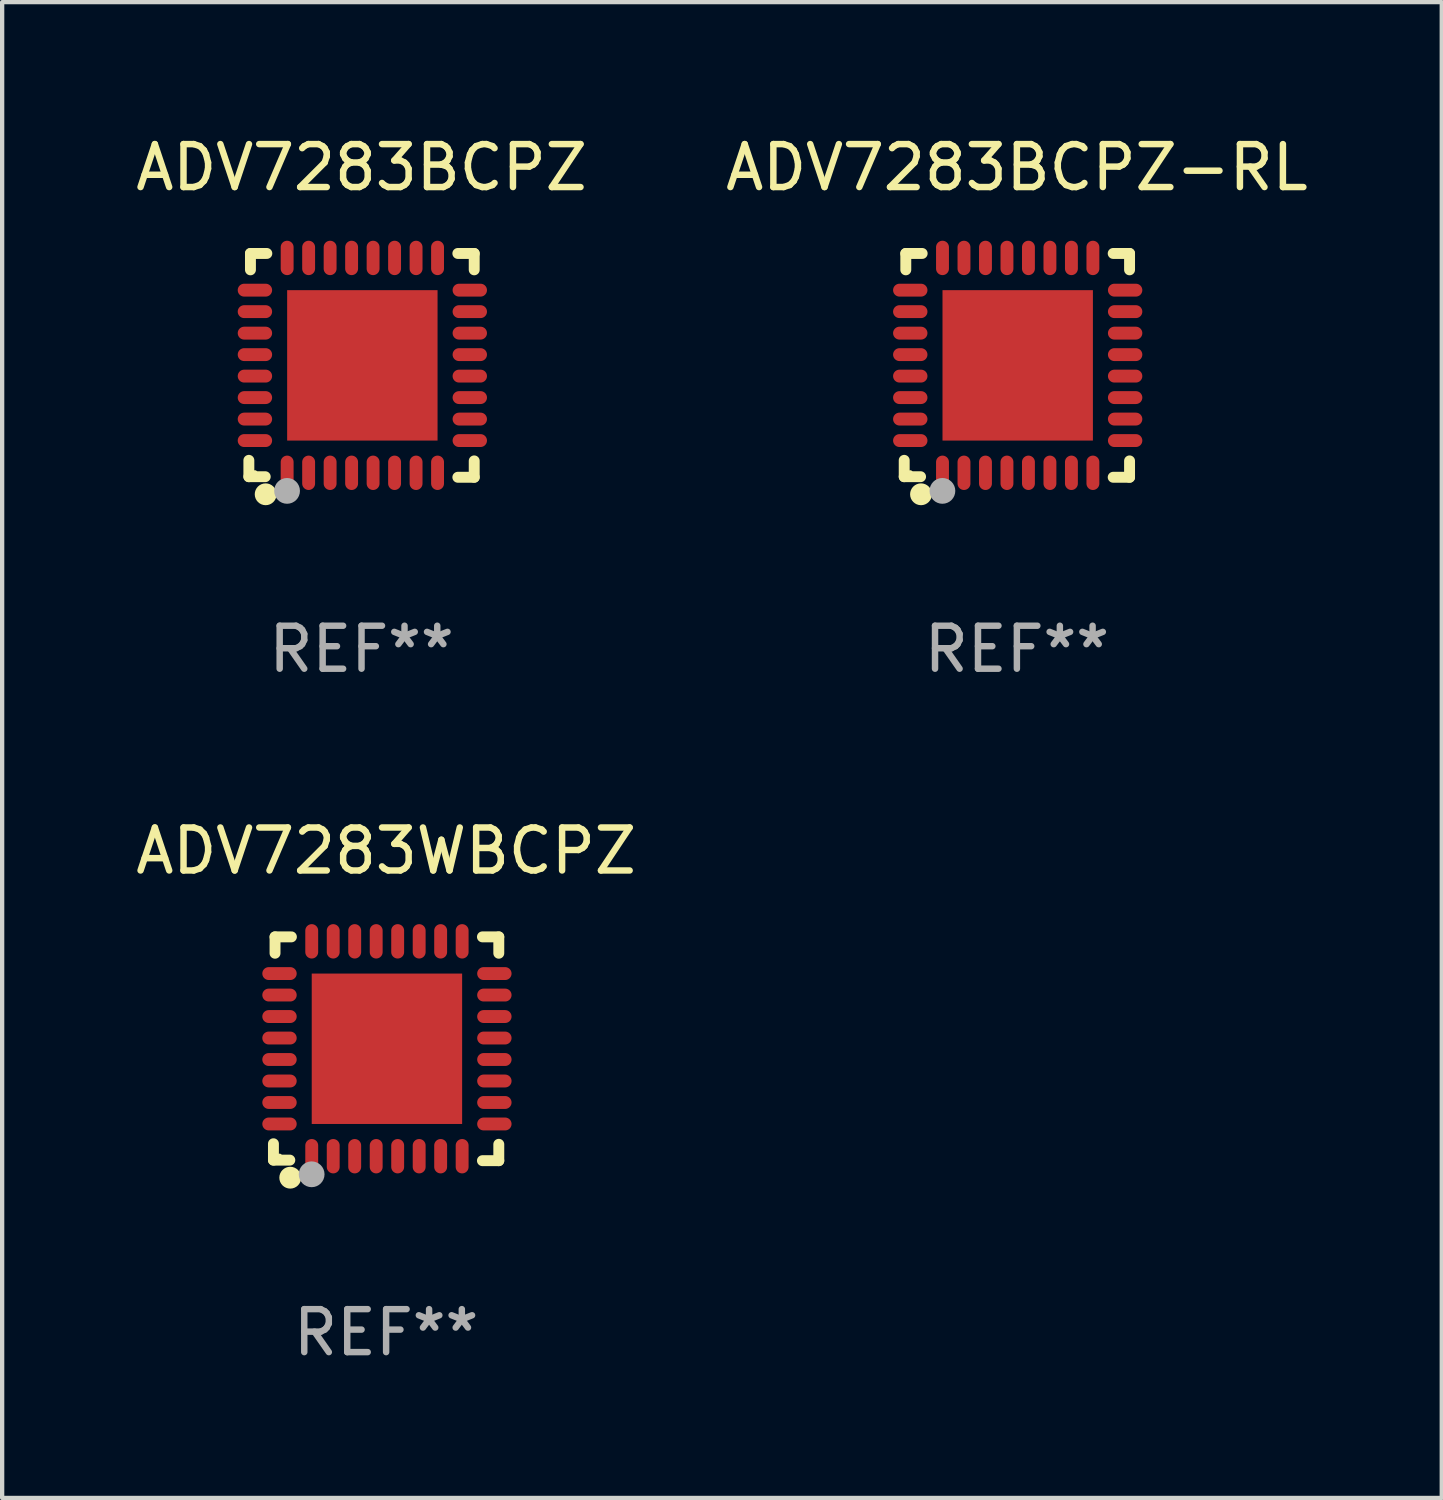
<source format=kicad_pcb>
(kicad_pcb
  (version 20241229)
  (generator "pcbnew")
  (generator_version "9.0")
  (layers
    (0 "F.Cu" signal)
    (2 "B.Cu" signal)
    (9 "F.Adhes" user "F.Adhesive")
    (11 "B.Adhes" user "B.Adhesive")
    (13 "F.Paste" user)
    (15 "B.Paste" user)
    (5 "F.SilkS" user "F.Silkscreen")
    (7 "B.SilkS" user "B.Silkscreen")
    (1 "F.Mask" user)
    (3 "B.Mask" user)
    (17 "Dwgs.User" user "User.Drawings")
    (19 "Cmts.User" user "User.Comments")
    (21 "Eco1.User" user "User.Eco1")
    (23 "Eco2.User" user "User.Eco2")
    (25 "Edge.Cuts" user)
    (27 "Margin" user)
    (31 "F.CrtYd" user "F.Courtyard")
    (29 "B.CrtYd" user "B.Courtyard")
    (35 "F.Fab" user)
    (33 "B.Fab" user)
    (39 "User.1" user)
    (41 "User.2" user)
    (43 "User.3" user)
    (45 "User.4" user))
  (footprint "ADV7283BCPZ-RL"
    (layer "F.Cu")
    (at 20.613 5.452)
    (property "Reference" "ADV7283BCPZ-RL" (at 0 -4.604 0) (layer "F.SilkS") (effects (font (size 1 1) (thickness 0.15))))
    (attr through_hole)
    (fp_line (start -2.622 2.21) (end -2.622 2.591) (stroke (width 0.254) (type solid)) (layer "F.SilkS"))
    (fp_line (start -2.622 2.591) (end -2.241 2.591) (stroke (width 0.254) (type solid)) (layer "F.SilkS"))
    (fp_line (start -2.585 -2.604) (end -2.585 -2.223) (stroke (width 0.254) (type solid)) (layer "F.SilkS"))
    (fp_line (start -2.204 -2.604) (end -2.585 -2.604) (stroke (width 0.254) (type solid)) (layer "F.SilkS"))
    (fp_line (start 2.241 2.604) (end 2.622 2.604) (stroke (width 0.254) (type solid)) (layer "F.SilkS"))
    (fp_line (start 2.622 -2.604) (end 2.241 -2.604) (stroke (width 0.254) (type solid)) (layer "F.SilkS"))
    (fp_line (start 2.622 -2.223) (end 2.622 -2.604) (stroke (width 0.254) (type solid)) (layer "F.SilkS"))
    (fp_line (start 2.622 2.604) (end 2.622 2.223) (stroke (width 0.254) (type solid)) (layer "F.SilkS"))
    (fp_circle (center -2.481 2.5) (end -2.451 2.5) (stroke (width 0.06) (type solid)) (fill no) (layer "F.SilkS"))
    (fp_circle (center -2.231 3) (end -2.104 3) (stroke (width 0.254) (type solid)) (fill no) (layer "F.SilkS"))
    (fp_circle (center -1.733 2.921) (end -1.583 2.921) (stroke (width 0.3) (type solid)) (fill no) (layer "F.Fab"))
    (fp_text user "REF**" (at 0 6.604 0) (layer "F.Fab") (effects (font (size 1 1) (thickness 0.15))))
    (pad "1" smd oval (at -1.731 2.5 90) (size 0.8 0.3) (layers "F.Cu" "F.Mask" "F.Paste"))
    (pad "2" smd oval (at -1.231 2.5 90) (size 0.8 0.3) (layers "F.Cu" "F.Mask" "F.Paste"))
    (pad "3" smd oval (at -0.731 2.5 90) (size 0.8 0.3) (layers "F.Cu" "F.Mask" "F.Paste"))
    (pad "4" smd oval (at -0.231 2.5 90) (size 0.8 0.3) (layers "F.Cu" "F.Mask" "F.Paste"))
    (pad "5" smd oval (at 0.269 2.5 90) (size 0.8 0.3) (layers "F.Cu" "F.Mask" "F.Paste"))
    (pad "6" smd oval (at 0.769 2.5 90) (size 0.8 0.3) (layers "F.Cu" "F.Mask" "F.Paste"))
    (pad "7" smd oval (at 1.269 2.5 90) (size 0.8 0.3) (layers "F.Cu" "F.Mask" "F.Paste"))
    (pad "8" smd oval (at 1.769 2.5 90) (size 0.8 0.3) (layers "F.Cu" "F.Mask" "F.Paste"))
    (pad "9" smd oval (at 2.519 1.75 180) (size 0.8 0.3) (layers "F.Cu" "F.Mask" "F.Paste"))
    (pad "10" smd oval (at 2.519 1.25 180) (size 0.8 0.3) (layers "F.Cu" "F.Mask" "F.Paste"))
    (pad "11" smd oval (at 2.519 0.75 180) (size 0.8 0.3) (layers "F.Cu" "F.Mask" "F.Paste"))
    (pad "12" smd oval (at 2.519 0.25 180) (size 0.8 0.3) (layers "F.Cu" "F.Mask" "F.Paste"))
    (pad "13" smd oval (at 2.519 -0.25 180) (size 0.8 0.3) (layers "F.Cu" "F.Mask" "F.Paste"))
    (pad "14" smd oval (at 2.519 -0.75 180) (size 0.8 0.3) (layers "F.Cu" "F.Mask" "F.Paste"))
    (pad "15" smd oval (at 2.519 -1.25 180) (size 0.8 0.3) (layers "F.Cu" "F.Mask" "F.Paste"))
    (pad "16" smd oval (at 2.519 -1.75 180) (size 0.8 0.3) (layers "F.Cu" "F.Mask" "F.Paste"))
    (pad "17" smd oval (at 1.769 -2.5 270) (size 0.8 0.3) (layers "F.Cu" "F.Mask" "F.Paste"))
    (pad "18" smd oval (at 1.269 -2.5 270) (size 0.8 0.3) (layers "F.Cu" "F.Mask" "F.Paste"))
    (pad "19" smd oval (at 0.769 -2.5 270) (size 0.8 0.3) (layers "F.Cu" "F.Mask" "F.Paste"))
    (pad "20" smd oval (at 0.269 -2.5 270) (size 0.8 0.3) (layers "F.Cu" "F.Mask" "F.Paste"))
    (pad "21" smd oval (at -0.231 -2.5 270) (size 0.8 0.3) (layers "F.Cu" "F.Mask" "F.Paste"))
    (pad "22" smd oval (at -0.731 -2.5 270) (size 0.8 0.3) (layers "F.Cu" "F.Mask" "F.Paste"))
    (pad "23" smd oval (at -1.231 -2.5 270) (size 0.8 0.3) (layers "F.Cu" "F.Mask" "F.Paste"))
    (pad "24" smd oval (at -1.731 -2.5 270) (size 0.8 0.3) (layers "F.Cu" "F.Mask" "F.Paste"))
    (pad "25" smd oval (at -2.481 -1.75) (size 0.8 0.3) (layers "F.Cu" "F.Mask" "F.Paste"))
    (pad "26" smd oval (at -2.481 -1.25) (size 0.8 0.3) (layers "F.Cu" "F.Mask" "F.Paste"))
    (pad "27" smd oval (at -2.481 -0.75) (size 0.8 0.3) (layers "F.Cu" "F.Mask" "F.Paste"))
    (pad "28" smd oval (at -2.481 -0.25) (size 0.8 0.3) (layers "F.Cu" "F.Mask" "F.Paste"))
    (pad "29" smd oval (at -2.481 0.25) (size 0.8 0.3) (layers "F.Cu" "F.Mask" "F.Paste"))
    (pad "30" smd oval (at -2.481 0.75) (size 0.8 0.3) (layers "F.Cu" "F.Mask" "F.Paste"))
    (pad "31" smd oval (at -2.481 1.25) (size 0.8 0.3) (layers "F.Cu" "F.Mask" "F.Paste"))
    (pad "32" smd oval (at -2.481 1.75) (size 0.8 0.3) (layers "F.Cu" "F.Mask" "F.Paste"))
    (pad "33" smd rect (at 0.019 -0.000025 90) (size 3.5 3.5) (layers "F.Cu" "F.Mask" "F.Paste")))
  (footprint "ADV7283WBCPZ"
    (layer "F.Cu")
    (at 5.935 21.355)
    (property "Reference" "ADV7283WBCPZ" (at 0 -4.604 0) (layer "F.SilkS") (effects (font (size 1 1) (thickness 0.15))))
    (attr through_hole)
    (fp_line (start -2.622 2.21) (end -2.622 2.591) (stroke (width 0.254) (type solid)) (layer "F.SilkS"))
    (fp_line (start -2.622 2.591) (end -2.241 2.591) (stroke (width 0.254) (type solid)) (layer "F.SilkS"))
    (fp_line (start -2.585 -2.604) (end -2.585 -2.223) (stroke (width 0.254) (type solid)) (layer "F.SilkS"))
    (fp_line (start -2.204 -2.604) (end -2.585 -2.604) (stroke (width 0.254) (type solid)) (layer "F.SilkS"))
    (fp_line (start 2.241 2.604) (end 2.622 2.604) (stroke (width 0.254) (type solid)) (layer "F.SilkS"))
    (fp_line (start 2.622 -2.604) (end 2.241 -2.604) (stroke (width 0.254) (type solid)) (layer "F.SilkS"))
    (fp_line (start 2.622 -2.223) (end 2.622 -2.604) (stroke (width 0.254) (type solid)) (layer "F.SilkS"))
    (fp_line (start 2.622 2.604) (end 2.622 2.223) (stroke (width 0.254) (type solid)) (layer "F.SilkS"))
    (fp_circle (center -2.481 2.5) (end -2.451 2.5) (stroke (width 0.06) (type solid)) (fill no) (layer "F.SilkS"))
    (fp_circle (center -2.231 3) (end -2.104 3) (stroke (width 0.254) (type solid)) (fill no) (layer "F.SilkS"))
    (fp_circle (center -1.733 2.921) (end -1.583 2.921) (stroke (width 0.3) (type solid)) (fill no) (layer "F.Fab"))
    (fp_text user "REF**" (at 0 6.604 0) (layer "F.Fab") (effects (font (size 1 1) (thickness 0.15))))
    (pad "1" smd oval (at -1.731 2.5 90) (size 0.8 0.3) (layers "F.Cu" "F.Mask" "F.Paste"))
    (pad "2" smd oval (at -1.231 2.5 90) (size 0.8 0.3) (layers "F.Cu" "F.Mask" "F.Paste"))
    (pad "3" smd oval (at -0.731 2.5 90) (size 0.8 0.3) (layers "F.Cu" "F.Mask" "F.Paste"))
    (pad "4" smd oval (at -0.231 2.5 90) (size 0.8 0.3) (layers "F.Cu" "F.Mask" "F.Paste"))
    (pad "5" smd oval (at 0.269 2.5 90) (size 0.8 0.3) (layers "F.Cu" "F.Mask" "F.Paste"))
    (pad "6" smd oval (at 0.769 2.5 90) (size 0.8 0.3) (layers "F.Cu" "F.Mask" "F.Paste"))
    (pad "7" smd oval (at 1.269 2.5 90) (size 0.8 0.3) (layers "F.Cu" "F.Mask" "F.Paste"))
    (pad "8" smd oval (at 1.769 2.5 90) (size 0.8 0.3) (layers "F.Cu" "F.Mask" "F.Paste"))
    (pad "9" smd oval (at 2.519 1.75 180) (size 0.8 0.3) (layers "F.Cu" "F.Mask" "F.Paste"))
    (pad "10" smd oval (at 2.519 1.25 180) (size 0.8 0.3) (layers "F.Cu" "F.Mask" "F.Paste"))
    (pad "11" smd oval (at 2.519 0.75 180) (size 0.8 0.3) (layers "F.Cu" "F.Mask" "F.Paste"))
    (pad "12" smd oval (at 2.519 0.25 180) (size 0.8 0.3) (layers "F.Cu" "F.Mask" "F.Paste"))
    (pad "13" smd oval (at 2.519 -0.25 180) (size 0.8 0.3) (layers "F.Cu" "F.Mask" "F.Paste"))
    (pad "14" smd oval (at 2.519 -0.75 180) (size 0.8 0.3) (layers "F.Cu" "F.Mask" "F.Paste"))
    (pad "15" smd oval (at 2.519 -1.25 180) (size 0.8 0.3) (layers "F.Cu" "F.Mask" "F.Paste"))
    (pad "16" smd oval (at 2.519 -1.75 180) (size 0.8 0.3) (layers "F.Cu" "F.Mask" "F.Paste"))
    (pad "17" smd oval (at 1.769 -2.5 270) (size 0.8 0.3) (layers "F.Cu" "F.Mask" "F.Paste"))
    (pad "18" smd oval (at 1.269 -2.5 270) (size 0.8 0.3) (layers "F.Cu" "F.Mask" "F.Paste"))
    (pad "19" smd oval (at 0.769 -2.5 270) (size 0.8 0.3) (layers "F.Cu" "F.Mask" "F.Paste"))
    (pad "20" smd oval (at 0.269 -2.5 270) (size 0.8 0.3) (layers "F.Cu" "F.Mask" "F.Paste"))
    (pad "21" smd oval (at -0.231 -2.5 270) (size 0.8 0.3) (layers "F.Cu" "F.Mask" "F.Paste"))
    (pad "22" smd oval (at -0.731 -2.5 270) (size 0.8 0.3) (layers "F.Cu" "F.Mask" "F.Paste"))
    (pad "23" smd oval (at -1.231 -2.5 270) (size 0.8 0.3) (layers "F.Cu" "F.Mask" "F.Paste"))
    (pad "24" smd oval (at -1.731 -2.5 270) (size 0.8 0.3) (layers "F.Cu" "F.Mask" "F.Paste"))
    (pad "25" smd oval (at -2.481 -1.75) (size 0.8 0.3) (layers "F.Cu" "F.Mask" "F.Paste"))
    (pad "26" smd oval (at -2.481 -1.25) (size 0.8 0.3) (layers "F.Cu" "F.Mask" "F.Paste"))
    (pad "27" smd oval (at -2.481 -0.75) (size 0.8 0.3) (layers "F.Cu" "F.Mask" "F.Paste"))
    (pad "28" smd oval (at -2.481 -0.25) (size 0.8 0.3) (layers "F.Cu" "F.Mask" "F.Paste"))
    (pad "29" smd oval (at -2.481 0.25) (size 0.8 0.3) (layers "F.Cu" "F.Mask" "F.Paste"))
    (pad "30" smd oval (at -2.481 0.75) (size 0.8 0.3) (layers "F.Cu" "F.Mask" "F.Paste"))
    (pad "31" smd oval (at -2.481 1.25) (size 0.8 0.3) (layers "F.Cu" "F.Mask" "F.Paste"))
    (pad "32" smd oval (at -2.481 1.75) (size 0.8 0.3) (layers "F.Cu" "F.Mask" "F.Paste"))
    (pad "33" smd rect (at 0.019 -0.000025 90) (size 3.5 3.5) (layers "F.Cu" "F.Mask" "F.Paste")))
  (footprint "ADV7283BCPZ"
    (layer "F.Cu")
    (at 5.363 5.452)
    (property "Reference" "ADV7283BCPZ" (at 0 -4.604 0) (layer "F.SilkS") (effects (font (size 1 1) (thickness 0.15))))
    (attr through_hole)
    (fp_line (start -2.622 2.21) (end -2.622 2.591) (stroke (width 0.254) (type solid)) (layer "F.SilkS"))
    (fp_line (start -2.622 2.591) (end -2.241 2.591) (stroke (width 0.254) (type solid)) (layer "F.SilkS"))
    (fp_line (start -2.585 -2.604) (end -2.585 -2.223) (stroke (width 0.254) (type solid)) (layer "F.SilkS"))
    (fp_line (start -2.204 -2.604) (end -2.585 -2.604) (stroke (width 0.254) (type solid)) (layer "F.SilkS"))
    (fp_line (start 2.241 2.604) (end 2.622 2.604) (stroke (width 0.254) (type solid)) (layer "F.SilkS"))
    (fp_line (start 2.622 -2.604) (end 2.241 -2.604) (stroke (width 0.254) (type solid)) (layer "F.SilkS"))
    (fp_line (start 2.622 -2.223) (end 2.622 -2.604) (stroke (width 0.254) (type solid)) (layer "F.SilkS"))
    (fp_line (start 2.622 2.604) (end 2.622 2.223) (stroke (width 0.254) (type solid)) (layer "F.SilkS"))
    (fp_circle (center -2.481 2.5) (end -2.451 2.5) (stroke (width 0.06) (type solid)) (fill no) (layer "F.SilkS"))
    (fp_circle (center -2.231 3) (end -2.104 3) (stroke (width 0.254) (type solid)) (fill no) (layer "F.SilkS"))
    (fp_circle (center -1.733 2.921) (end -1.583 2.921) (stroke (width 0.3) (type solid)) (fill no) (layer "F.Fab"))
    (fp_text user "REF**" (at 0 6.604 0) (layer "F.Fab") (effects (font (size 1 1) (thickness 0.15))))
    (pad "1" smd oval (at -1.731 2.5 90) (size 0.8 0.3) (layers "F.Cu" "F.Mask" "F.Paste"))
    (pad "2" smd oval (at -1.231 2.5 90) (size 0.8 0.3) (layers "F.Cu" "F.Mask" "F.Paste"))
    (pad "3" smd oval (at -0.731 2.5 90) (size 0.8 0.3) (layers "F.Cu" "F.Mask" "F.Paste"))
    (pad "4" smd oval (at -0.231 2.5 90) (size 0.8 0.3) (layers "F.Cu" "F.Mask" "F.Paste"))
    (pad "5" smd oval (at 0.269 2.5 90) (size 0.8 0.3) (layers "F.Cu" "F.Mask" "F.Paste"))
    (pad "6" smd oval (at 0.769 2.5 90) (size 0.8 0.3) (layers "F.Cu" "F.Mask" "F.Paste"))
    (pad "7" smd oval (at 1.269 2.5 90) (size 0.8 0.3) (layers "F.Cu" "F.Mask" "F.Paste"))
    (pad "8" smd oval (at 1.769 2.5 90) (size 0.8 0.3) (layers "F.Cu" "F.Mask" "F.Paste"))
    (pad "9" smd oval (at 2.519 1.75 180) (size 0.8 0.3) (layers "F.Cu" "F.Mask" "F.Paste"))
    (pad "10" smd oval (at 2.519 1.25 180) (size 0.8 0.3) (layers "F.Cu" "F.Mask" "F.Paste"))
    (pad "11" smd oval (at 2.519 0.75 180) (size 0.8 0.3) (layers "F.Cu" "F.Mask" "F.Paste"))
    (pad "12" smd oval (at 2.519 0.25 180) (size 0.8 0.3) (layers "F.Cu" "F.Mask" "F.Paste"))
    (pad "13" smd oval (at 2.519 -0.25 180) (size 0.8 0.3) (layers "F.Cu" "F.Mask" "F.Paste"))
    (pad "14" smd oval (at 2.519 -0.75 180) (size 0.8 0.3) (layers "F.Cu" "F.Mask" "F.Paste"))
    (pad "15" smd oval (at 2.519 -1.25 180) (size 0.8 0.3) (layers "F.Cu" "F.Mask" "F.Paste"))
    (pad "16" smd oval (at 2.519 -1.75 180) (size 0.8 0.3) (layers "F.Cu" "F.Mask" "F.Paste"))
    (pad "17" smd oval (at 1.769 -2.5 270) (size 0.8 0.3) (layers "F.Cu" "F.Mask" "F.Paste"))
    (pad "18" smd oval (at 1.269 -2.5 270) (size 0.8 0.3) (layers "F.Cu" "F.Mask" "F.Paste"))
    (pad "19" smd oval (at 0.769 -2.5 270) (size 0.8 0.3) (layers "F.Cu" "F.Mask" "F.Paste"))
    (pad "20" smd oval (at 0.269 -2.5 270) (size 0.8 0.3) (layers "F.Cu" "F.Mask" "F.Paste"))
    (pad "21" smd oval (at -0.231 -2.5 270) (size 0.8 0.3) (layers "F.Cu" "F.Mask" "F.Paste"))
    (pad "22" smd oval (at -0.731 -2.5 270) (size 0.8 0.3) (layers "F.Cu" "F.Mask" "F.Paste"))
    (pad "23" smd oval (at -1.231 -2.5 270) (size 0.8 0.3) (layers "F.Cu" "F.Mask" "F.Paste"))
    (pad "24" smd oval (at -1.731 -2.5 270) (size 0.8 0.3) (layers "F.Cu" "F.Mask" "F.Paste"))
    (pad "25" smd oval (at -2.481 -1.75) (size 0.8 0.3) (layers "F.Cu" "F.Mask" "F.Paste"))
    (pad "26" smd oval (at -2.481 -1.25) (size 0.8 0.3) (layers "F.Cu" "F.Mask" "F.Paste"))
    (pad "27" smd oval (at -2.481 -0.75) (size 0.8 0.3) (layers "F.Cu" "F.Mask" "F.Paste"))
    (pad "28" smd oval (at -2.481 -0.25) (size 0.8 0.3) (layers "F.Cu" "F.Mask" "F.Paste"))
    (pad "29" smd oval (at -2.481 0.25) (size 0.8 0.3) (layers "F.Cu" "F.Mask" "F.Paste"))
    (pad "30" smd oval (at -2.481 0.75) (size 0.8 0.3) (layers "F.Cu" "F.Mask" "F.Paste"))
    (pad "31" smd oval (at -2.481 1.25) (size 0.8 0.3) (layers "F.Cu" "F.Mask" "F.Paste"))
    (pad "32" smd oval (at -2.481 1.75) (size 0.8 0.3) (layers "F.Cu" "F.Mask" "F.Paste"))
    (pad "33" smd rect (at 0.019 -0.000025 90) (size 3.5 3.5) (layers "F.Cu" "F.Mask" "F.Paste")))
  (gr_rect
    (start -3 -3)
    (end 30.5 31.807)
    (stroke (width 0.1) (type default))
    (fill no)
    (layer "Edge.Cuts")))
</source>
